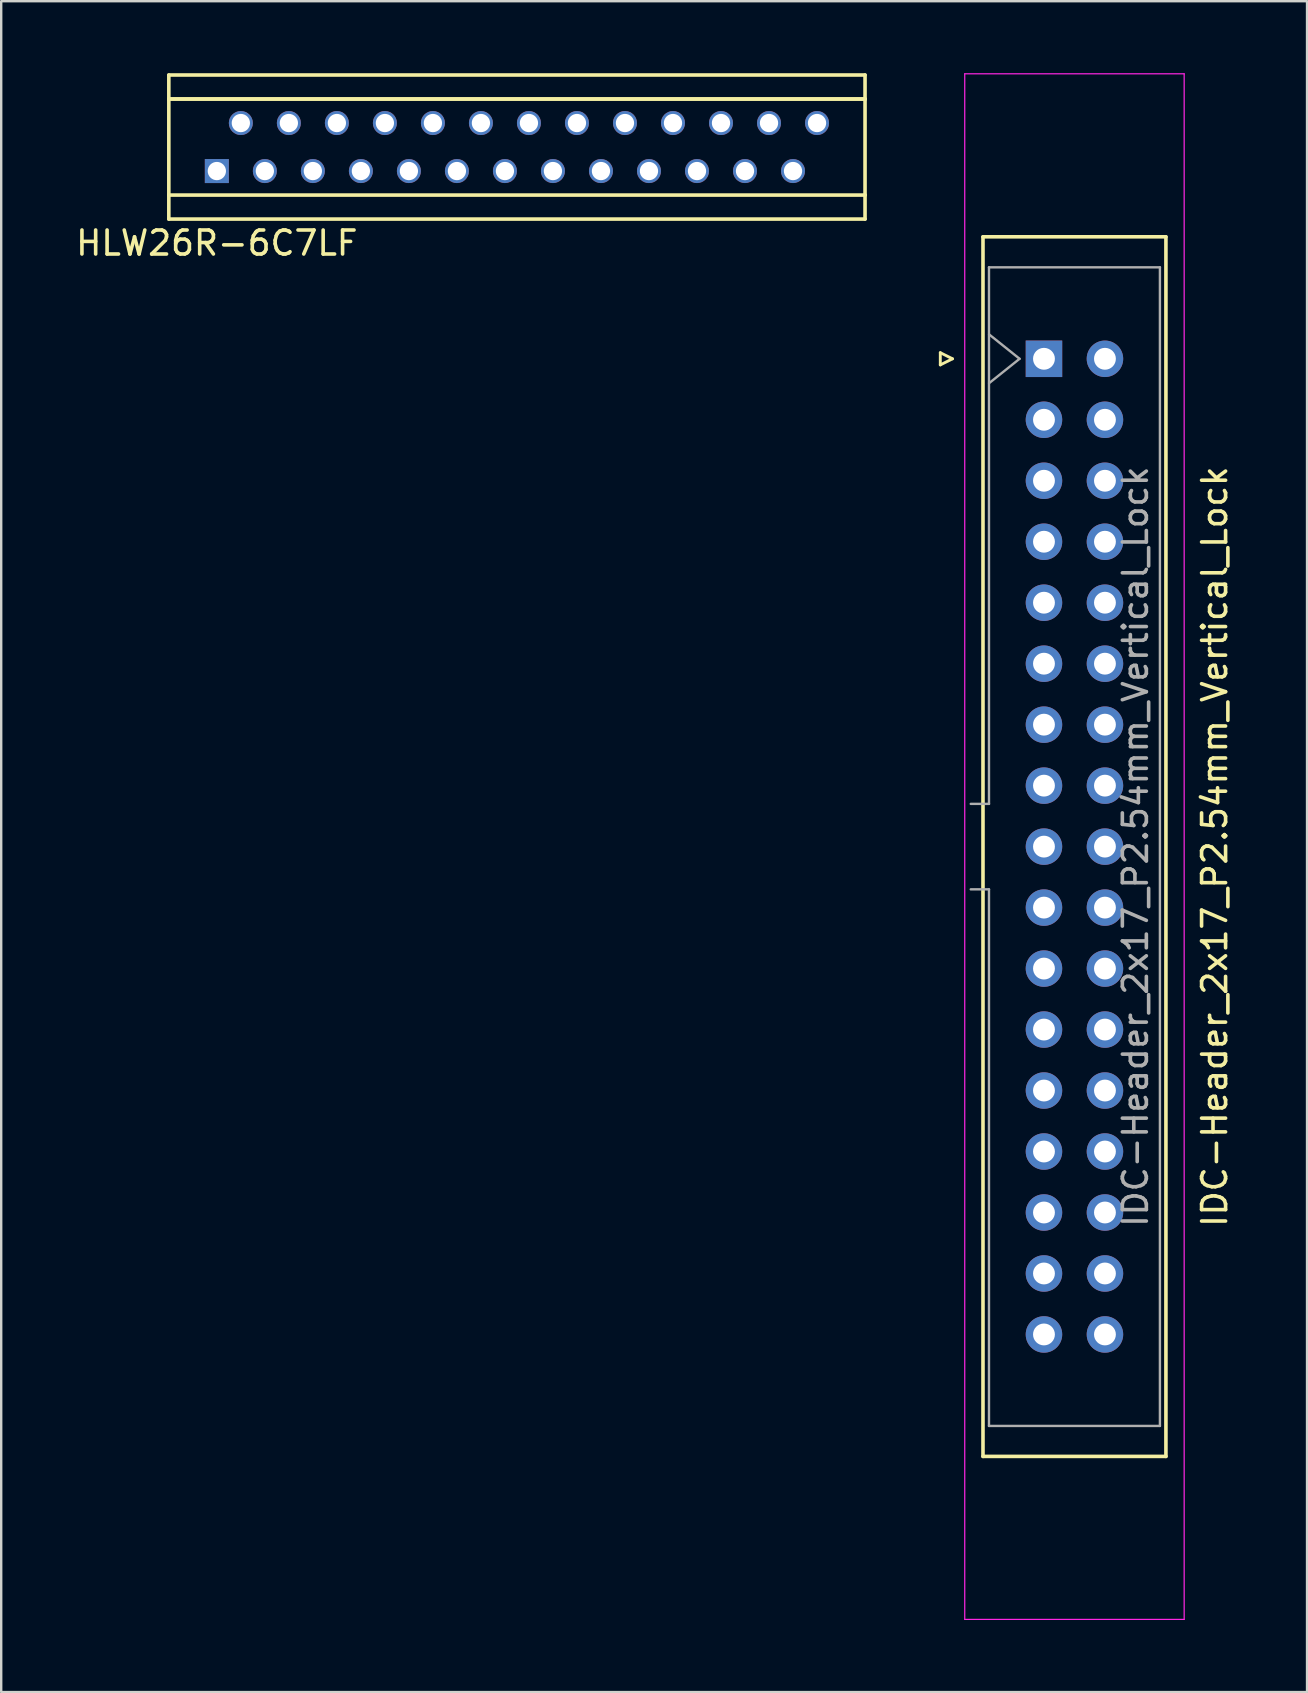
<source format=kicad_pcb>
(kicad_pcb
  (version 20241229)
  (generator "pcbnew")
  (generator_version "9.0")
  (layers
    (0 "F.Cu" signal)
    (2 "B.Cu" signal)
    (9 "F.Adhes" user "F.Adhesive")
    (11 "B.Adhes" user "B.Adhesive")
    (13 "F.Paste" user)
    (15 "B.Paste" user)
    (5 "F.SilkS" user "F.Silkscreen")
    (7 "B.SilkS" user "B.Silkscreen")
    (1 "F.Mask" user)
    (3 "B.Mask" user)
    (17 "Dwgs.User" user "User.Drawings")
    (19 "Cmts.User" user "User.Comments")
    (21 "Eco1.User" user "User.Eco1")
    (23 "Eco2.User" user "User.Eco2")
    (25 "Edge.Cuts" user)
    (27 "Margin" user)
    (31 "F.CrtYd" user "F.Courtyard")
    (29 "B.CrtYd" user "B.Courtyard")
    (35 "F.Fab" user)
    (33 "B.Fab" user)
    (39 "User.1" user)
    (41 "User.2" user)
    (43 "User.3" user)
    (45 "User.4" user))
  (footprint "HLW26R-6C7LF"
    (layer "F.Cu")
    (at 16.982 3.075)
    (property "Reference" "HLW26R-6C7LF" (at -11 4 0) (layer "F.SilkS") (effects (font (size 1 1) (thickness 0.15))))
    (attr through_hole)
    (fp_line (start -13 -3) (end -13 -2) (stroke (width 0.15) (type solid)) (layer "F.SilkS"))
    (fp_line (start -13 -2) (end -13 2) (stroke (width 0.15) (type solid)) (layer "F.SilkS"))
    (fp_line (start -13 -2) (end 16 -2) (stroke (width 0.15) (type solid)) (layer "F.SilkS"))
    (fp_line (start -13 2) (end -13 3) (stroke (width 0.15) (type solid)) (layer "F.SilkS"))
    (fp_line (start -13 2) (end 16 2) (stroke (width 0.15) (type solid)) (layer "F.SilkS"))
    (fp_line (start -13 3) (end 16 3) (stroke (width 0.15) (type solid)) (layer "F.SilkS"))
    (fp_line (start 16 -3) (end -13 -3) (stroke (width 0.15) (type solid)) (layer "F.SilkS"))
    (fp_line (start 16 -2) (end -13 -2) (stroke (width 0.15) (type solid)) (layer "F.SilkS"))
    (fp_line (start 16 -2) (end 16 -3) (stroke (width 0.15) (type solid)) (layer "F.SilkS"))
    (fp_line (start 16 2) (end 16 -2) (stroke (width 0.15) (type solid)) (layer "F.SilkS"))
    (fp_line (start 16 3) (end 16 2) (stroke (width 0.15) (type solid)) (layer "F.SilkS"))
    (pad "1" thru_hole rect (at -11 1) (size 1 1) (drill 0.762) (layers "*.Cu" "*.Mask"))
    (pad "2" thru_hole circle (at -10 -1) (size 1 1) (drill 0.762) (layers "*.Cu" "*.Mask"))
    (pad "3" thru_hole circle (at -9 1) (size 1 1) (drill 0.762) (layers "*.Cu" "*.Mask"))
    (pad "4" thru_hole circle (at -8 -1) (size 1 1) (drill 0.762) (layers "*.Cu" "*.Mask"))
    (pad "5" thru_hole circle (at -7 1) (size 1 1) (drill 0.762) (layers "*.Cu" "*.Mask"))
    (pad "6" thru_hole circle (at -6 -1) (size 1 1) (drill 0.762) (layers "*.Cu" "*.Mask"))
    (pad "7" thru_hole circle (at -5 1) (size 1 1) (drill 0.762) (layers "*.Cu" "*.Mask"))
    (pad "8" thru_hole circle (at -4 -1) (size 1 1) (drill 0.762) (layers "*.Cu" "*.Mask"))
    (pad "9" thru_hole circle (at -3 1) (size 1 1) (drill 0.762) (layers "*.Cu" "*.Mask"))
    (pad "10" thru_hole circle (at -2 -1) (size 1 1) (drill 0.762) (layers "*.Cu" "*.Mask"))
    (pad "11" thru_hole circle (at -1 1) (size 1 1) (drill 0.762) (layers "*.Cu" "*.Mask"))
    (pad "12" thru_hole circle (at 0 -1) (size 1 1) (drill 0.762) (layers "*.Cu" "*.Mask"))
    (pad "13" thru_hole circle (at 1 1) (size 1 1) (drill 0.762) (layers "*.Cu" "*.Mask"))
    (pad "14" thru_hole circle (at 2 -1) (size 1 1) (drill 0.762) (layers "*.Cu" "*.Mask"))
    (pad "15" thru_hole circle (at 3 1) (size 1 1) (drill 0.762) (layers "*.Cu" "*.Mask"))
    (pad "16" thru_hole circle (at 4 -1) (size 1 1) (drill 0.762) (layers "*.Cu" "*.Mask"))
    (pad "17" thru_hole circle (at 5 1) (size 1 1) (drill 0.762) (layers "*.Cu" "*.Mask"))
    (pad "18" thru_hole circle (at 6 -1) (size 1 1) (drill 0.762) (layers "*.Cu" "*.Mask"))
    (pad "19" thru_hole circle (at 7 1) (size 1 1) (drill 0.762) (layers "*.Cu" "*.Mask"))
    (pad "20" thru_hole circle (at 8 -1) (size 1 1) (drill 0.762) (layers "*.Cu" "*.Mask"))
    (pad "21" thru_hole circle (at 9 1) (size 1 1) (drill 0.762) (layers "*.Cu" "*.Mask"))
    (pad "22" thru_hole circle (at 10 -1) (size 1 1) (drill 0.762) (layers "*.Cu" "*.Mask"))
    (pad "23" thru_hole circle (at 11 1) (size 1 1) (drill 0.762) (layers "*.Cu" "*.Mask"))
    (pad "24" thru_hole circle (at 12 -1) (size 1 1) (drill 0.762) (layers "*.Cu" "*.Mask"))
    (pad "25" thru_hole circle (at 13 1) (size 1 1) (drill 0.762) (layers "*.Cu" "*.Mask"))
    (pad "26" thru_hole circle (at 14 -1) (size 1 1) (drill 0.762) (layers "*.Cu" "*.Mask")))
  (footprint "IDC-Header_2x17_P2.54mm_Vertical_Lock"
    (layer "F.Cu")
    (at 40.435 11.895)
    (property "Reference" "IDC-Header_2x17_P2.54mm_Vertical_Lock" (at 7.11 20.32 270) (layer "F.SilkS") (effects (font (size 1 1) (thickness 0.15))))
    (attr through_hole)
    (fp_line (start -4.318 -0.254) (end -4.318 0.254) (stroke (width 0.12) (type solid)) (layer "F.SilkS"))
    (fp_line (start -4.318 0.254) (end -3.81 0) (stroke (width 0.12) (type solid)) (layer "F.SilkS"))
    (fp_line (start -3.81 0) (end -4.318 -0.254) (stroke (width 0.12) (type solid)) (layer "F.SilkS"))
    (fp_line (start -2.54 -5.08) (end 5.08 -5.08) (stroke (width 0.15) (type solid)) (layer "F.SilkS"))
    (fp_line (start -2.54 45.72) (end -2.54 -5.08) (stroke (width 0.15) (type solid)) (layer "F.SilkS"))
    (fp_line (start 5.08 -5.08) (end 5.08 45.72) (stroke (width 0.15) (type solid)) (layer "F.SilkS"))
    (fp_line (start 5.08 45.72) (end -2.54 45.72) (stroke (width 0.15) (type solid)) (layer "F.SilkS"))
    (fp_line (start -3.3 52.51) (end -3.3 -11.87) (stroke (width 0.05) (type solid)) (layer "F.CrtYd"))
    (fp_line (start -3.3 52.51) (end 5.84 52.51) (stroke (width 0.05) (type solid)) (layer "F.CrtYd"))
    (fp_line (start 5.84 -11.87) (end -3.3 -11.87) (stroke (width 0.05) (type solid)) (layer "F.CrtYd"))
    (fp_line (start 5.84 -11.87) (end 5.84 52.51) (stroke (width 0.05) (type solid)) (layer "F.CrtYd"))
    (fp_line (start -3.05 18.54) (end -2.29 18.54) (stroke (width 0.1) (type solid)) (layer "F.Fab"))
    (fp_line (start -2.29 -3.81) (end 4.83 -3.81) (stroke (width 0.1) (type solid)) (layer "F.Fab"))
    (fp_line (start -2.29 18.54) (end -2.29 -3.81) (stroke (width 0.1) (type solid)) (layer "F.Fab"))
    (fp_line (start -2.29 22.1) (end -3.05 22.1) (stroke (width 0.1) (type solid)) (layer "F.Fab"))
    (fp_line (start -2.29 44.45) (end -2.29 22.1) (stroke (width 0.1) (type solid)) (layer "F.Fab"))
    (fp_line (start -2.286 -1.016) (end -1.016 0) (stroke (width 0.1) (type solid)) (layer "F.Fab"))
    (fp_line (start -1.016 0) (end -2.286 1.016) (stroke (width 0.1) (type solid)) (layer "F.Fab"))
    (fp_line (start 4.83 -3.81) (end 4.83 44.45) (stroke (width 0.1) (type solid)) (layer "F.Fab"))
    (fp_line (start 4.83 44.45) (end -2.29 44.45) (stroke (width 0.1) (type solid)) (layer "F.Fab"))
    (fp_text user "${REFERENCE}" (at 3.81 20.32 90) (layer "F.Fab") (effects (font (size 1 1) (thickness 0.15))))
    (pad "1" thru_hole rect (at 0 0 270) (size 1.52 1.52) (drill 0.91) (layers "*.Cu" "*.Mask"))
    (pad "2" thru_hole circle (at 2.54 0 270) (size 1.52 1.52) (drill 0.91) (layers "*.Cu" "*.Mask"))
    (pad "3" thru_hole circle (at 0 2.54 270) (size 1.52 1.52) (drill 0.91) (layers "*.Cu" "*.Mask"))
    (pad "4" thru_hole circle (at 2.54 2.54 270) (size 1.52 1.52) (drill 0.91) (layers "*.Cu" "*.Mask"))
    (pad "5" thru_hole circle (at 0 5.08 270) (size 1.52 1.52) (drill 0.91) (layers "*.Cu" "*.Mask"))
    (pad "6" thru_hole circle (at 2.54 5.08 270) (size 1.52 1.52) (drill 0.91) (layers "*.Cu" "*.Mask"))
    (pad "7" thru_hole circle (at 0 7.62 270) (size 1.52 1.52) (drill 0.91) (layers "*.Cu" "*.Mask"))
    (pad "8" thru_hole circle (at 2.54 7.62 270) (size 1.52 1.52) (drill 0.91) (layers "*.Cu" "*.Mask"))
    (pad "9" thru_hole circle (at 0 10.16 270) (size 1.52 1.52) (drill 0.91) (layers "*.Cu" "*.Mask"))
    (pad "10" thru_hole circle (at 2.54 10.16 270) (size 1.52 1.52) (drill 0.91) (layers "*.Cu" "*.Mask"))
    (pad "11" thru_hole circle (at 0 12.7 270) (size 1.52 1.52) (drill 0.91) (layers "*.Cu" "*.Mask"))
    (pad "12" thru_hole circle (at 2.54 12.7 270) (size 1.52 1.52) (drill 0.91) (layers "*.Cu" "*.Mask"))
    (pad "13" thru_hole circle (at 0 15.24 270) (size 1.52 1.52) (drill 0.91) (layers "*.Cu" "*.Mask"))
    (pad "14" thru_hole circle (at 2.54 15.24 270) (size 1.52 1.52) (drill 0.91) (layers "*.Cu" "*.Mask"))
    (pad "15" thru_hole circle (at 0 17.78 270) (size 1.52 1.52) (drill 0.91) (layers "*.Cu" "*.Mask"))
    (pad "16" thru_hole circle (at 2.54 17.78 270) (size 1.52 1.52) (drill 0.91) (layers "*.Cu" "*.Mask"))
    (pad "17" thru_hole circle (at 0 20.32 270) (size 1.52 1.52) (drill 0.91) (layers "*.Cu" "*.Mask"))
    (pad "18" thru_hole circle (at 2.54 20.32 270) (size 1.52 1.52) (drill 0.91) (layers "*.Cu" "*.Mask"))
    (pad "19" thru_hole circle (at 0 22.86 270) (size 1.52 1.52) (drill 0.91) (layers "*.Cu" "*.Mask"))
    (pad "20" thru_hole circle (at 2.54 22.86 270) (size 1.52 1.52) (drill 0.91) (layers "*.Cu" "*.Mask"))
    (pad "21" thru_hole circle (at 0 25.4 270) (size 1.52 1.52) (drill 0.91) (layers "*.Cu" "*.Mask"))
    (pad "22" thru_hole circle (at 2.54 25.4 270) (size 1.52 1.52) (drill 0.91) (layers "*.Cu" "*.Mask"))
    (pad "23" thru_hole circle (at 0 27.94 270) (size 1.52 1.52) (drill 0.91) (layers "*.Cu" "*.Mask"))
    (pad "24" thru_hole circle (at 2.54 27.94 270) (size 1.52 1.52) (drill 0.91) (layers "*.Cu" "*.Mask"))
    (pad "25" thru_hole circle (at 0 30.48 270) (size 1.52 1.52) (drill 0.91) (layers "*.Cu" "*.Mask"))
    (pad "26" thru_hole circle (at 2.54 30.48 270) (size 1.52 1.52) (drill 0.91) (layers "*.Cu" "*.Mask"))
    (pad "27" thru_hole circle (at 0 33.02 270) (size 1.52 1.52) (drill 0.91) (layers "*.Cu" "*.Mask"))
    (pad "28" thru_hole circle (at 2.54 33.02 270) (size 1.52 1.52) (drill 0.91) (layers "*.Cu" "*.Mask"))
    (pad "29" thru_hole circle (at 0 35.56 270) (size 1.52 1.52) (drill 0.91) (layers "*.Cu" "*.Mask"))
    (pad "30" thru_hole circle (at 2.54 35.56 270) (size 1.52 1.52) (drill 0.91) (layers "*.Cu" "*.Mask"))
    (pad "31" thru_hole circle (at 0 38.1 270) (size 1.52 1.52) (drill 0.91) (layers "*.Cu" "*.Mask"))
    (pad "32" thru_hole circle (at 2.54 38.1 270) (size 1.52 1.52) (drill 0.91) (layers "*.Cu" "*.Mask"))
    (pad "33" thru_hole circle (at 0 40.64 270) (size 1.52 1.52) (drill 0.91) (layers "*.Cu" "*.Mask"))
    (pad "34" thru_hole circle (at 2.54 40.64 270) (size 1.52 1.52) (drill 0.91) (layers "*.Cu" "*.Mask")))
  (gr_rect
    (start -3 -3)
    (end 51.393 67.43)
    (stroke (width 0.1) (type default))
    (fill no)
    (layer "Edge.Cuts")))
</source>
